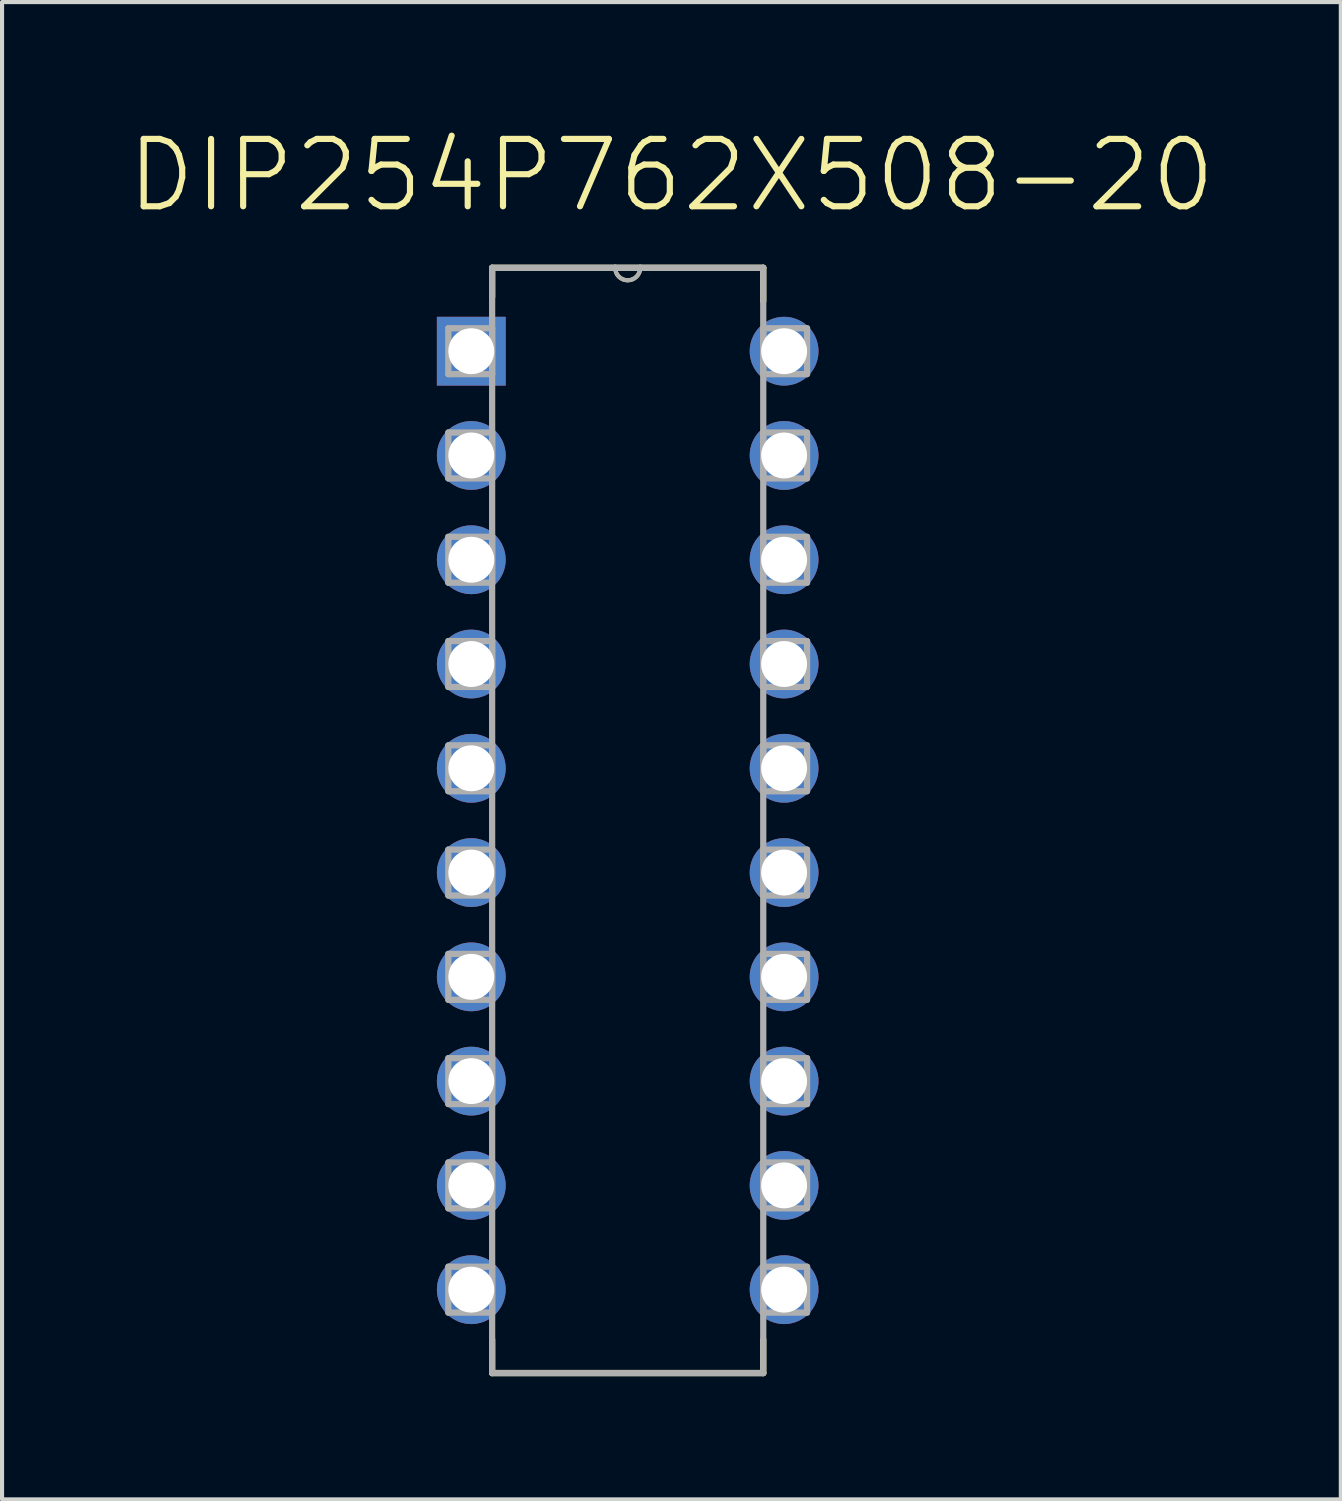
<source format=kicad_pcb>
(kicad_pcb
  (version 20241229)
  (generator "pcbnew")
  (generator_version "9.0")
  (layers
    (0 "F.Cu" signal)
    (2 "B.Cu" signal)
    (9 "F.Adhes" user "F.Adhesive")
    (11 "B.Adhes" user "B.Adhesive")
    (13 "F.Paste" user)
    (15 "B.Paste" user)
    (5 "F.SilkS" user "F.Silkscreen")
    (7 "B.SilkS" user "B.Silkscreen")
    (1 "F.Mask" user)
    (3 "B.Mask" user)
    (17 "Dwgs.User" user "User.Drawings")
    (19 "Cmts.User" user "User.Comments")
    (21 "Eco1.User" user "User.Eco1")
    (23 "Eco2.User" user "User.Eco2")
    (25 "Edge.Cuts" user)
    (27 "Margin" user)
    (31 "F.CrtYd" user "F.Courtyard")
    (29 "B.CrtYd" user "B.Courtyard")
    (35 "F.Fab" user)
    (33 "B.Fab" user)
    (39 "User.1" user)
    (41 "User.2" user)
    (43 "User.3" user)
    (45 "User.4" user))
  (footprint "DIP254P762X508-20"
    (layer "F.Cu")
    (at 16.05 28.365)
    (property "Reference" "DIP254P762X508-20" (at -2.745 -27.142 0) (layer "F.SilkS") (effects (font (size 1.641 1.641) (thickness 0.15))))
    (attr through_hole)
    (fp_line (start -7.112 -24.892) (end -7.112 -24.181) (stroke (width 0.152) (type solid)) (layer "F.SilkS"))
    (fp_line (start -7.112 1.219) (end -7.112 2.032) (stroke (width 0.152) (type solid)) (layer "F.SilkS"))
    (fp_line (start -7.112 2.032) (end -0.508 2.032) (stroke (width 0.152) (type solid)) (layer "F.SilkS"))
    (fp_line (start -4.115 -24.892) (end -7.112 -24.892) (stroke (width 0.152) (type solid)) (layer "F.SilkS"))
    (fp_line (start -3.505 -24.892) (end -4.115 -24.892) (stroke (width 0.152) (type solid)) (layer "F.SilkS"))
    (fp_line (start -0.508 -24.892) (end -3.505 -24.892) (stroke (width 0.152) (type solid)) (layer "F.SilkS"))
    (fp_line (start -0.508 -24.079) (end -0.508 -24.892) (stroke (width 0.152) (type solid)) (layer "F.SilkS"))
    (fp_line (start -0.508 2.032) (end -0.508 1.219) (stroke (width 0.152) (type solid)) (layer "F.SilkS"))
    (fp_arc (start -3.5052 -24.892) (mid -3.81 -24.5872) (end -4.1148 -24.892) (stroke (width 0.1) (type solid)) (layer "F.SilkS"))
    (fp_line (start -8.179 -23.419) (end -8.179 -22.301) (stroke (width 0.152) (type solid)) (layer "F.Fab"))
    (fp_line (start -8.179 -22.301) (end -7.112 -22.301) (stroke (width 0.152) (type solid)) (layer "F.Fab"))
    (fp_line (start -8.179 -20.879) (end -8.179 -19.761) (stroke (width 0.152) (type solid)) (layer "F.Fab"))
    (fp_line (start -8.179 -19.761) (end -7.112 -19.761) (stroke (width 0.152) (type solid)) (layer "F.Fab"))
    (fp_line (start -8.179 -18.339) (end -8.179 -17.221) (stroke (width 0.152) (type solid)) (layer "F.Fab"))
    (fp_line (start -8.179 -17.221) (end -7.112 -17.221) (stroke (width 0.152) (type solid)) (layer "F.Fab"))
    (fp_line (start -8.179 -15.799) (end -8.179 -14.681) (stroke (width 0.152) (type solid)) (layer "F.Fab"))
    (fp_line (start -8.179 -14.681) (end -7.112 -14.681) (stroke (width 0.152) (type solid)) (layer "F.Fab"))
    (fp_line (start -8.179 -13.259) (end -8.179 -12.141) (stroke (width 0.152) (type solid)) (layer "F.Fab"))
    (fp_line (start -8.179 -12.141) (end -7.112 -12.141) (stroke (width 0.152) (type solid)) (layer "F.Fab"))
    (fp_line (start -8.179 -10.719) (end -8.179 -9.601) (stroke (width 0.152) (type solid)) (layer "F.Fab"))
    (fp_line (start -8.179 -9.601) (end -7.112 -9.601) (stroke (width 0.152) (type solid)) (layer "F.Fab"))
    (fp_line (start -8.179 -8.179) (end -8.179 -7.061) (stroke (width 0.152) (type solid)) (layer "F.Fab"))
    (fp_line (start -8.179 -7.061) (end -7.112 -7.061) (stroke (width 0.152) (type solid)) (layer "F.Fab"))
    (fp_line (start -8.179 -5.639) (end -8.179 -4.521) (stroke (width 0.152) (type solid)) (layer "F.Fab"))
    (fp_line (start -8.179 -4.521) (end -7.112 -4.521) (stroke (width 0.152) (type solid)) (layer "F.Fab"))
    (fp_line (start -8.179 -3.099) (end -8.179 -1.981) (stroke (width 0.152) (type solid)) (layer "F.Fab"))
    (fp_line (start -8.179 -1.981) (end -7.112 -1.981) (stroke (width 0.152) (type solid)) (layer "F.Fab"))
    (fp_line (start -8.179 -0.559) (end -8.179 0.559) (stroke (width 0.152) (type solid)) (layer "F.Fab"))
    (fp_line (start -8.179 0.559) (end -7.112 0.559) (stroke (width 0.152) (type solid)) (layer "F.Fab"))
    (fp_line (start -7.112 -24.892) (end -7.112 2.032) (stroke (width 0.152) (type solid)) (layer "F.Fab"))
    (fp_line (start -7.112 -23.419) (end -8.179 -23.419) (stroke (width 0.152) (type solid)) (layer "F.Fab"))
    (fp_line (start -7.112 -22.301) (end -7.112 -23.419) (stroke (width 0.152) (type solid)) (layer "F.Fab"))
    (fp_line (start -7.112 -20.879) (end -8.179 -20.879) (stroke (width 0.152) (type solid)) (layer "F.Fab"))
    (fp_line (start -7.112 -19.761) (end -7.112 -20.879) (stroke (width 0.152) (type solid)) (layer "F.Fab"))
    (fp_line (start -7.112 -18.339) (end -8.179 -18.339) (stroke (width 0.152) (type solid)) (layer "F.Fab"))
    (fp_line (start -7.112 -17.221) (end -7.112 -18.339) (stroke (width 0.152) (type solid)) (layer "F.Fab"))
    (fp_line (start -7.112 -15.799) (end -8.179 -15.799) (stroke (width 0.152) (type solid)) (layer "F.Fab"))
    (fp_line (start -7.112 -14.681) (end -7.112 -15.799) (stroke (width 0.152) (type solid)) (layer "F.Fab"))
    (fp_line (start -7.112 -13.259) (end -8.179 -13.259) (stroke (width 0.152) (type solid)) (layer "F.Fab"))
    (fp_line (start -7.112 -12.141) (end -7.112 -13.259) (stroke (width 0.152) (type solid)) (layer "F.Fab"))
    (fp_line (start -7.112 -10.719) (end -8.179 -10.719) (stroke (width 0.152) (type solid)) (layer "F.Fab"))
    (fp_line (start -7.112 -9.601) (end -7.112 -10.719) (stroke (width 0.152) (type solid)) (layer "F.Fab"))
    (fp_line (start -7.112 -8.179) (end -8.179 -8.179) (stroke (width 0.152) (type solid)) (layer "F.Fab"))
    (fp_line (start -7.112 -7.061) (end -7.112 -8.179) (stroke (width 0.152) (type solid)) (layer "F.Fab"))
    (fp_line (start -7.112 -5.639) (end -8.179 -5.639) (stroke (width 0.152) (type solid)) (layer "F.Fab"))
    (fp_line (start -7.112 -4.521) (end -7.112 -5.639) (stroke (width 0.152) (type solid)) (layer "F.Fab"))
    (fp_line (start -7.112 -3.099) (end -8.179 -3.099) (stroke (width 0.152) (type solid)) (layer "F.Fab"))
    (fp_line (start -7.112 -1.981) (end -7.112 -3.099) (stroke (width 0.152) (type solid)) (layer "F.Fab"))
    (fp_line (start -7.112 -0.559) (end -8.179 -0.559) (stroke (width 0.152) (type solid)) (layer "F.Fab"))
    (fp_line (start -7.112 0.559) (end -7.112 -0.559) (stroke (width 0.152) (type solid)) (layer "F.Fab"))
    (fp_line (start -7.112 2.032) (end -0.508 2.032) (stroke (width 0.152) (type solid)) (layer "F.Fab"))
    (fp_line (start -4.115 -24.892) (end -7.112 -24.892) (stroke (width 0.152) (type solid)) (layer "F.Fab"))
    (fp_line (start -3.505 -24.892) (end -4.115 -24.892) (stroke (width 0.152) (type solid)) (layer "F.Fab"))
    (fp_line (start -0.508 -24.892) (end -3.505 -24.892) (stroke (width 0.152) (type solid)) (layer "F.Fab"))
    (fp_line (start -0.508 -23.419) (end -0.508 -22.301) (stroke (width 0.152) (type solid)) (layer "F.Fab"))
    (fp_line (start -0.508 -22.301) (end 0.559 -22.301) (stroke (width 0.152) (type solid)) (layer "F.Fab"))
    (fp_line (start -0.508 -20.879) (end -0.508 -19.761) (stroke (width 0.152) (type solid)) (layer "F.Fab"))
    (fp_line (start -0.508 -19.761) (end 0.559 -19.761) (stroke (width 0.152) (type solid)) (layer "F.Fab"))
    (fp_line (start -0.508 -18.339) (end -0.508 -17.221) (stroke (width 0.152) (type solid)) (layer "F.Fab"))
    (fp_line (start -0.508 -17.221) (end 0.559 -17.221) (stroke (width 0.152) (type solid)) (layer "F.Fab"))
    (fp_line (start -0.508 -15.799) (end -0.508 -14.681) (stroke (width 0.152) (type solid)) (layer "F.Fab"))
    (fp_line (start -0.508 -14.681) (end 0.559 -14.681) (stroke (width 0.152) (type solid)) (layer "F.Fab"))
    (fp_line (start -0.508 -13.259) (end -0.508 -12.141) (stroke (width 0.152) (type solid)) (layer "F.Fab"))
    (fp_line (start -0.508 -12.141) (end 0.559 -12.141) (stroke (width 0.152) (type solid)) (layer "F.Fab"))
    (fp_line (start -0.508 -10.719) (end -0.508 -9.601) (stroke (width 0.152) (type solid)) (layer "F.Fab"))
    (fp_line (start -0.508 -9.601) (end 0.559 -9.601) (stroke (width 0.152) (type solid)) (layer "F.Fab"))
    (fp_line (start -0.508 -8.179) (end -0.508 -7.061) (stroke (width 0.152) (type solid)) (layer "F.Fab"))
    (fp_line (start -0.508 -7.061) (end 0.559 -7.061) (stroke (width 0.152) (type solid)) (layer "F.Fab"))
    (fp_line (start -0.508 -5.639) (end -0.508 -4.521) (stroke (width 0.152) (type solid)) (layer "F.Fab"))
    (fp_line (start -0.508 -4.521) (end 0.559 -4.521) (stroke (width 0.152) (type solid)) (layer "F.Fab"))
    (fp_line (start -0.508 -3.099) (end -0.508 -1.981) (stroke (width 0.152) (type solid)) (layer "F.Fab"))
    (fp_line (start -0.508 -1.981) (end 0.559 -1.981) (stroke (width 0.152) (type solid)) (layer "F.Fab"))
    (fp_line (start -0.508 -0.559) (end -0.508 0.559) (stroke (width 0.152) (type solid)) (layer "F.Fab"))
    (fp_line (start -0.508 0.559) (end 0.559 0.559) (stroke (width 0.152) (type solid)) (layer "F.Fab"))
    (fp_line (start -0.508 2.032) (end -0.508 -24.892) (stroke (width 0.152) (type solid)) (layer "F.Fab"))
    (fp_line (start 0.559 -23.419) (end -0.508 -23.419) (stroke (width 0.152) (type solid)) (layer "F.Fab"))
    (fp_line (start 0.559 -22.301) (end 0.559 -23.419) (stroke (width 0.152) (type solid)) (layer "F.Fab"))
    (fp_line (start 0.559 -20.879) (end -0.508 -20.879) (stroke (width 0.152) (type solid)) (layer "F.Fab"))
    (fp_line (start 0.559 -19.761) (end 0.559 -20.879) (stroke (width 0.152) (type solid)) (layer "F.Fab"))
    (fp_line (start 0.559 -18.339) (end -0.508 -18.339) (stroke (width 0.152) (type solid)) (layer "F.Fab"))
    (fp_line (start 0.559 -17.221) (end 0.559 -18.339) (stroke (width 0.152) (type solid)) (layer "F.Fab"))
    (fp_line (start 0.559 -15.799) (end -0.508 -15.799) (stroke (width 0.152) (type solid)) (layer "F.Fab"))
    (fp_line (start 0.559 -14.681) (end 0.559 -15.799) (stroke (width 0.152) (type solid)) (layer "F.Fab"))
    (fp_line (start 0.559 -13.259) (end -0.508 -13.259) (stroke (width 0.152) (type solid)) (layer "F.Fab"))
    (fp_line (start 0.559 -12.141) (end 0.559 -13.259) (stroke (width 0.152) (type solid)) (layer "F.Fab"))
    (fp_line (start 0.559 -10.719) (end -0.508 -10.719) (stroke (width 0.152) (type solid)) (layer "F.Fab"))
    (fp_line (start 0.559 -9.601) (end 0.559 -10.719) (stroke (width 0.152) (type solid)) (layer "F.Fab"))
    (fp_line (start 0.559 -8.179) (end -0.508 -8.179) (stroke (width 0.152) (type solid)) (layer "F.Fab"))
    (fp_line (start 0.559 -7.061) (end 0.559 -8.179) (stroke (width 0.152) (type solid)) (layer "F.Fab"))
    (fp_line (start 0.559 -5.639) (end -0.508 -5.639) (stroke (width 0.152) (type solid)) (layer "F.Fab"))
    (fp_line (start 0.559 -4.521) (end 0.559 -5.639) (stroke (width 0.152) (type solid)) (layer "F.Fab"))
    (fp_line (start 0.559 -3.099) (end -0.508 -3.099) (stroke (width 0.152) (type solid)) (layer "F.Fab"))
    (fp_line (start 0.559 -1.981) (end 0.559 -3.099) (stroke (width 0.152) (type solid)) (layer "F.Fab"))
    (fp_line (start 0.559 -0.559) (end -0.508 -0.559) (stroke (width 0.152) (type solid)) (layer "F.Fab"))
    (fp_line (start 0.559 0.559) (end 0.559 -0.559) (stroke (width 0.152) (type solid)) (layer "F.Fab"))
    (fp_arc (start -3.5052 -24.892) (mid -3.81 -24.5872) (end -4.1148 -24.892) (stroke (width 0.1) (type solid)) (layer "F.Fab"))
    (pad "1" thru_hole rect (at -7.62 -22.86) (size 1.676 1.676) (drill 1.118) (layers "*.Cu" "*.Mask"))
    (pad "2" thru_hole circle (at -7.62 -20.32) (size 1.676 1.676) (drill 1.118) (layers "*.Cu" "*.Mask"))
    (pad "3" thru_hole circle (at -7.62 -17.78) (size 1.676 1.676) (drill 1.118) (layers "*.Cu" "*.Mask"))
    (pad "4" thru_hole circle (at -7.62 -15.24) (size 1.676 1.676) (drill 1.118) (layers "*.Cu" "*.Mask"))
    (pad "5" thru_hole circle (at -7.62 -12.7) (size 1.676 1.676) (drill 1.118) (layers "*.Cu" "*.Mask"))
    (pad "6" thru_hole circle (at -7.62 -10.16) (size 1.676 1.676) (drill 1.118) (layers "*.Cu" "*.Mask"))
    (pad "7" thru_hole circle (at -7.62 -7.62) (size 1.676 1.676) (drill 1.118) (layers "*.Cu" "*.Mask"))
    (pad "8" thru_hole circle (at -7.62 -5.08) (size 1.676 1.676) (drill 1.118) (layers "*.Cu" "*.Mask"))
    (pad "9" thru_hole circle (at -7.62 -2.54) (size 1.676 1.676) (drill 1.118) (layers "*.Cu" "*.Mask"))
    (pad "10" thru_hole circle (at -7.62 0) (size 1.676 1.676) (drill 1.118) (layers "*.Cu" "*.Mask"))
    (pad "11" thru_hole circle (at 0 0) (size 1.676 1.676) (drill 1.118) (layers "*.Cu" "*.Mask"))
    (pad "12" thru_hole circle (at 0 -2.54) (size 1.676 1.676) (drill 1.118) (layers "*.Cu" "*.Mask"))
    (pad "13" thru_hole circle (at 0 -5.08) (size 1.676 1.676) (drill 1.118) (layers "*.Cu" "*.Mask"))
    (pad "14" thru_hole circle (at 0 -7.62) (size 1.676 1.676) (drill 1.118) (layers "*.Cu" "*.Mask"))
    (pad "15" thru_hole circle (at 0 -10.16) (size 1.676 1.676) (drill 1.118) (layers "*.Cu" "*.Mask"))
    (pad "16" thru_hole circle (at 0 -12.7) (size 1.676 1.676) (drill 1.118) (layers "*.Cu" "*.Mask"))
    (pad "17" thru_hole circle (at 0 -15.24) (size 1.676 1.676) (drill 1.118) (layers "*.Cu" "*.Mask"))
    (pad "18" thru_hole circle (at 0 -17.78) (size 1.676 1.676) (drill 1.118) (layers "*.Cu" "*.Mask"))
    (pad "19" thru_hole circle (at 0 -20.32) (size 1.676 1.676) (drill 1.118) (layers "*.Cu" "*.Mask"))
    (pad "20" thru_hole circle (at 0 -22.86) (size 1.676 1.676) (drill 1.118) (layers "*.Cu" "*.Mask")))
  (gr_rect
    (start -3 -3)
    (end 29.611 33.474)
    (stroke (width 0.1) (type default))
    (fill no)
    (layer "Edge.Cuts")))
</source>
